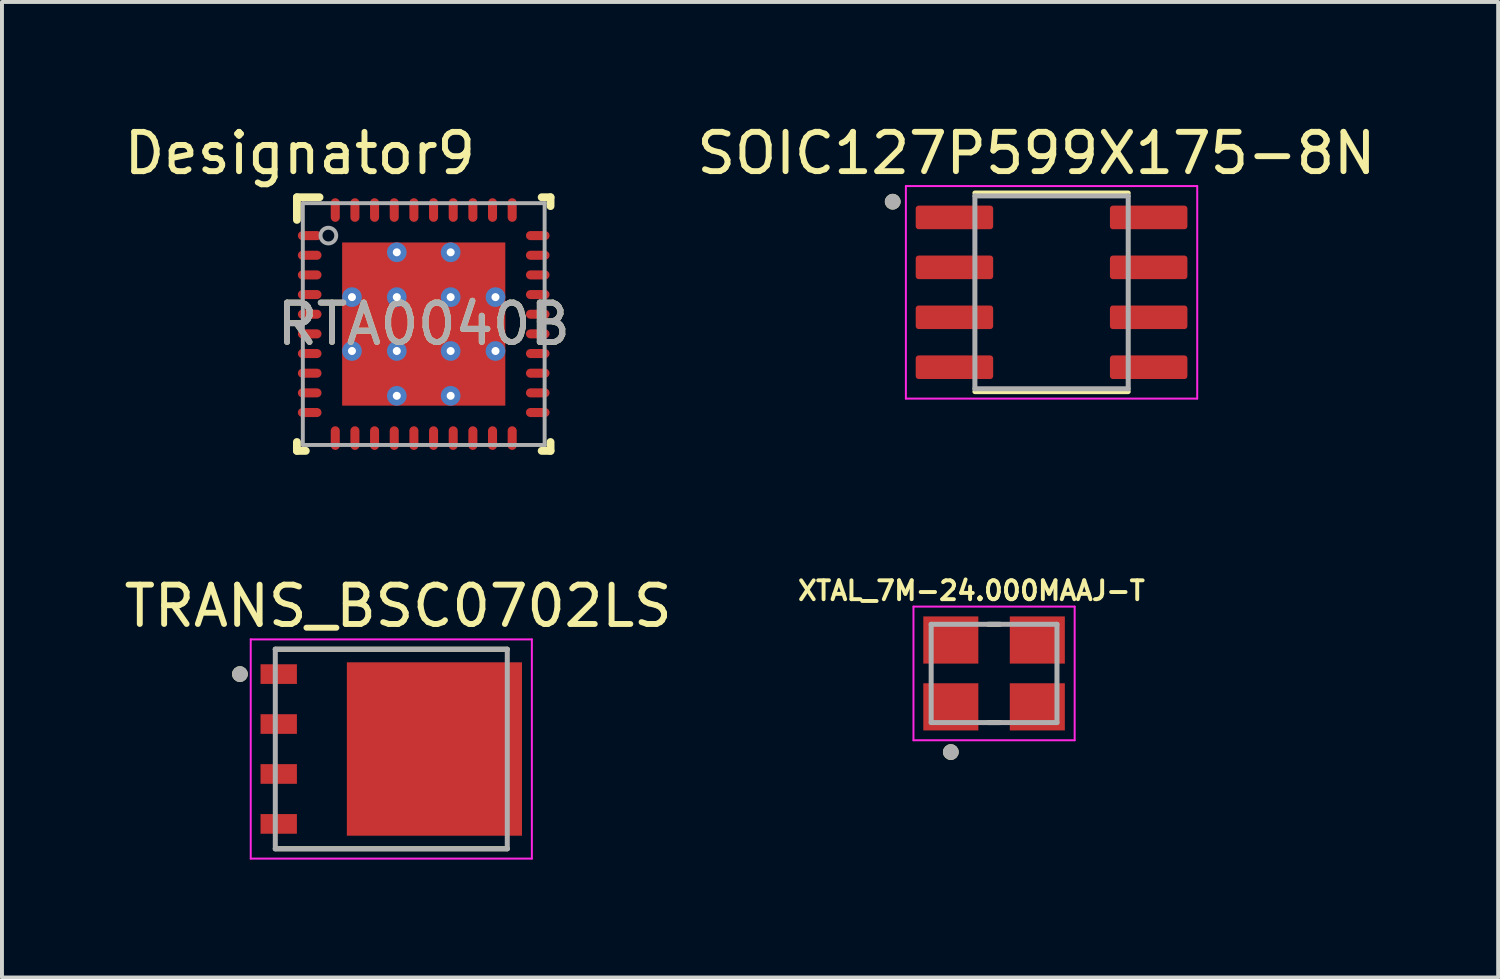
<source format=kicad_pcb>
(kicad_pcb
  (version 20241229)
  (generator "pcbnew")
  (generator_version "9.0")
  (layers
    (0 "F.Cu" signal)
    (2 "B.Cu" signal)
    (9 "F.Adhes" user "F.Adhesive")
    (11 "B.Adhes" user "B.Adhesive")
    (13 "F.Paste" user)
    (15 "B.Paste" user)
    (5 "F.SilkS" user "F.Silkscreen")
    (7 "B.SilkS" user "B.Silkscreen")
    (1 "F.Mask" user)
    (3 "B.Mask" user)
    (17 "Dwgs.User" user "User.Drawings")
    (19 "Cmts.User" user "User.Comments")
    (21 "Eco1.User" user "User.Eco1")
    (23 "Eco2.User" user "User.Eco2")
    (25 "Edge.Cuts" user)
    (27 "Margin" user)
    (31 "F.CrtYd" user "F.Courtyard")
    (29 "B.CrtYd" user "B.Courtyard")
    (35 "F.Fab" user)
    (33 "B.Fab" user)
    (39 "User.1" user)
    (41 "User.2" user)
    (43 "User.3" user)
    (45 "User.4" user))
  (footprint "XTAL_7M-24.000MAAJ-T"
    (layer "F.Cu")
    (at 22.233 14.078)
    (property "Reference" "XTAL_7M-24.000MAAJ-T" (at -0.576 -2.105 0) (layer "F.SilkS") (effects (font (size 0.48 0.48) (thickness 0.1))))
    (attr smd)
    (fp_line (start -0.15 -1.25) (end 0.15 -1.25) (stroke (width 0.127) (type solid)) (layer "F.SilkS"))
    (fp_line (start -0.15 1.25) (end 0.15 1.25) (stroke (width 0.127) (type solid)) (layer "F.SilkS"))
    (fp_circle (center -1.1 2) (end -1 2) (stroke (width 0.2) (type solid)) (fill no) (layer "F.SilkS"))
    (fp_line (start -2.05 -1.7) (end 2.05 -1.7) (stroke (width 0.05) (type solid)) (layer "F.CrtYd"))
    (fp_line (start -2.05 1.7) (end -2.05 -1.7) (stroke (width 0.05) (type solid)) (layer "F.CrtYd"))
    (fp_line (start 2.05 -1.7) (end 2.05 1.7) (stroke (width 0.05) (type solid)) (layer "F.CrtYd"))
    (fp_line (start 2.05 1.7) (end -2.05 1.7) (stroke (width 0.05) (type solid)) (layer "F.CrtYd"))
    (fp_line (start -1.6 -1.25) (end 1.6 -1.25) (stroke (width 0.127) (type solid)) (layer "F.Fab"))
    (fp_line (start -1.6 1.25) (end -1.6 -1.25) (stroke (width 0.127) (type solid)) (layer "F.Fab"))
    (fp_line (start 1.6 -1.25) (end 1.6 1.25) (stroke (width 0.127) (type solid)) (layer "F.Fab"))
    (fp_line (start 1.6 1.25) (end -1.6 1.25) (stroke (width 0.127) (type solid)) (layer "F.Fab"))
    (fp_circle (center -1.1 2) (end -1 2) (stroke (width 0.2) (type solid)) (fill no) (layer "F.Fab"))
    (pad "1" smd rect (at -1.1 0.85) (size 1.4 1.2) (layers "F.Cu" "F.Mask" "F.Paste"))
    (pad "2" smd rect (at 1.1 0.85) (size 1.4 1.2) (layers "F.Cu" "F.Mask" "F.Paste"))
    (pad "3" smd rect (at 1.1 -0.85) (size 1.4 1.2) (layers "F.Cu" "F.Mask" "F.Paste"))
    (pad "4" smd rect (at -1.1 -0.85) (size 1.4 1.2) (layers "F.Cu" "F.Mask" "F.Paste")))
  (footprint "TRANS_BSC0702LS"
    (layer "F.Cu")
    (at 6.902 16)
    (property "Reference" "TRANS_BSC0702LS" (at 0.175 -3.635 0) (layer "F.SilkS") (effects (font (size 1 1) (thickness 0.15))))
    (attr smd)
    (fp_poly (pts (xy -3.325 -2.155) (xy -2.401 -2.155) (xy -2.401 -1.655) (xy -3.325 -1.655)) (stroke (width 0.01) (type solid)) (fill yes) (layer "F.Mask"))
    (fp_poly (pts (xy -3.325 -0.885) (xy -2.401 -0.885) (xy -2.401 -0.385) (xy -3.325 -0.385)) (stroke (width 0.01) (type solid)) (fill yes) (layer "F.Mask"))
    (fp_poly (pts (xy -3.325 0.385) (xy -2.401 0.385) (xy -2.401 0.885) (xy -3.325 0.885)) (stroke (width 0.01) (type solid)) (fill yes) (layer "F.Mask"))
    (fp_poly (pts (xy -3.325 1.655) (xy -2.401 1.655) (xy -2.401 2.155) (xy -3.325 2.155)) (stroke (width 0.01) (type solid)) (fill yes) (layer "F.Mask"))
    (fp_poly (pts (xy 3.325 2.205) (xy -1.13 2.205) (xy -1.13 -2.205) (xy 3.325 -2.205) (xy 3.325 -1.605) (xy 2.525 -1.605) (xy 2.525 -0.935) (xy 3.325 -0.935) (xy 3.325 -0.335) (xy 2.525 -0.335) (xy 2.525 0.335) (xy 3.325 0.335) (xy 3.325 0.935) (xy 2.525 0.935) (xy 2.525 1.605) (xy 3.325 1.605)) (stroke (width 0.01) (type solid)) (fill yes) (layer "F.Mask"))
    (fp_line (start -2.95 -2.538) (end 2.95 -2.538) (stroke (width 0.127) (type solid)) (layer "F.SilkS"))
    (fp_line (start 2.95 2.538) (end -2.95 2.538) (stroke (width 0.127) (type solid)) (layer "F.SilkS"))
    (fp_circle (center -3.85 -1.905) (end -3.75 -1.905) (stroke (width 0.2) (type solid)) (fill no) (layer "F.SilkS"))
    (fp_poly (pts (xy -3.276 -2.105) (xy -2.45 -2.105) (xy -2.45 -1.705) (xy -3.276 -1.705)) (stroke (width 0.01) (type solid)) (fill yes) (layer "F.Paste"))
    (fp_poly (pts (xy -3.276 -0.835) (xy -2.45 -0.835) (xy -2.45 -0.435) (xy -3.276 -0.435)) (stroke (width 0.01) (type solid)) (fill yes) (layer "F.Paste"))
    (fp_poly (pts (xy -3.276 0.435) (xy -2.45 0.435) (xy -2.45 0.835) (xy -3.276 0.835)) (stroke (width 0.01) (type solid)) (fill yes) (layer "F.Paste"))
    (fp_poly (pts (xy -3.276 1.705) (xy -2.45 1.705) (xy -2.45 2.105) (xy -3.276 2.105)) (stroke (width 0.01) (type solid)) (fill yes) (layer "F.Paste"))
    (fp_poly (pts (xy -0.875 -1.6) (xy 0.625 -1.6) (xy 0.625 -0.1) (xy -0.875 -0.1)) (stroke (width 0.01) (type solid)) (fill yes) (layer "F.Paste"))
    (fp_poly (pts (xy -0.875 0.1) (xy 0.625 0.1) (xy 0.625 1.6) (xy -0.875 1.6)) (stroke (width 0.01) (type solid)) (fill yes) (layer "F.Paste"))
    (fp_poly (pts (xy 0.825 -1.6) (xy 2.325 -1.6) (xy 2.325 -0.1) (xy 0.825 -0.1)) (stroke (width 0.01) (type solid)) (fill yes) (layer "F.Paste"))
    (fp_poly (pts (xy 0.825 0.1) (xy 2.325 0.1) (xy 2.325 1.6) (xy 0.825 1.6)) (stroke (width 0.01) (type solid)) (fill yes) (layer "F.Paste"))
    (fp_poly (pts (xy 2.525 -2.155) (xy 3.275 -2.155) (xy 3.275 -1.655) (xy 2.525 -1.655)) (stroke (width 0.01) (type solid)) (fill yes) (layer "F.Paste"))
    (fp_poly (pts (xy 2.525 -0.885) (xy 3.275 -0.885) (xy 3.275 -0.385) (xy 2.525 -0.385)) (stroke (width 0.01) (type solid)) (fill yes) (layer "F.Paste"))
    (fp_poly (pts (xy 2.525 0.385) (xy 3.275 0.385) (xy 3.275 0.885) (xy 2.525 0.885)) (stroke (width 0.01) (type solid)) (fill yes) (layer "F.Paste"))
    (fp_poly (pts (xy 2.525 1.655) (xy 3.275 1.655) (xy 3.275 2.155) (xy 2.525 2.155)) (stroke (width 0.01) (type solid)) (fill yes) (layer "F.Paste"))
    (fp_line (start -3.575 -2.788) (end 3.575 -2.788) (stroke (width 0.05) (type solid)) (layer "F.CrtYd"))
    (fp_line (start -3.575 2.788) (end -3.575 -2.788) (stroke (width 0.05) (type solid)) (layer "F.CrtYd"))
    (fp_line (start 3.575 -2.788) (end 3.575 2.788) (stroke (width 0.05) (type solid)) (layer "F.CrtYd"))
    (fp_line (start 3.575 2.788) (end -3.575 2.788) (stroke (width 0.05) (type solid)) (layer "F.CrtYd"))
    (fp_line (start -2.95 -2.538) (end 2.95 -2.538) (stroke (width 0.127) (type solid)) (layer "F.Fab"))
    (fp_line (start -2.95 2.538) (end -2.95 -2.538) (stroke (width 0.127) (type solid)) (layer "F.Fab"))
    (fp_line (start 2.95 -2.538) (end 2.95 2.538) (stroke (width 0.127) (type solid)) (layer "F.Fab"))
    (fp_line (start 2.95 2.538) (end -2.95 2.538) (stroke (width 0.127) (type solid)) (layer "F.Fab"))
    (fp_circle (center -3.85 -1.905) (end -3.75 -1.905) (stroke (width 0.2) (type solid)) (fill no) (layer "F.Fab"))
    (pad "1" smd rect (at -2.863 -1.905) (size 0.925 0.5) (layers "F.Cu"))
    (pad "2" smd rect (at -2.863 -0.635) (size 0.925 0.5) (layers "F.Cu"))
    (pad "3" smd rect (at -2.863 0.635) (size 0.925 0.5) (layers "F.Cu"))
    (pad "4" smd rect (at -2.863 1.905) (size 0.925 0.5) (layers "F.Cu"))
    (pad "5_6_7_8" smd rect (at 1.097 0) (size 4.455 4.41) (layers "F.Cu")))
  (footprint "RTA0040B"
    (layer "F.Cu")
    (at 7.727 5.192)
    (property "Reference" "RTA0040B" (at 0 0 0) (unlocked yes) (layer "F.SilkS") (effects (font (size 1 1) (thickness 0.15))))
    (attr smd)
    (fp_line (start -3.225 -3.225) (end -2.65 -3.225) (stroke (width 0.2) (type solid)) (layer "F.SilkS"))
    (fp_line (start -3.225 -2.65) (end -3.225 -3.225) (stroke (width 0.2) (type solid)) (layer "F.SilkS"))
    (fp_line (start -3.225 3.225) (end -3.225 3) (stroke (width 0.2) (type solid)) (layer "F.SilkS"))
    (fp_line (start -3.225 3.225) (end -3 3.225) (stroke (width 0.2) (type solid)) (layer "F.SilkS"))
    (fp_line (start 3 -3.225) (end 3.225 -3.225) (stroke (width 0.2) (type solid)) (layer "F.SilkS"))
    (fp_line (start 3 3.225) (end 3.225 3.225) (stroke (width 0.2) (type solid)) (layer "F.SilkS"))
    (fp_line (start 3.225 -3) (end 3.225 -3.225) (stroke (width 0.2) (type solid)) (layer "F.SilkS"))
    (fp_line (start 3.225 3.225) (end 3.225 3) (stroke (width 0.2) (type solid)) (layer "F.SilkS"))
    (fp_poly (pts (xy -1.955 -0.785) (xy -0.785 -0.785) (xy -0.785 -1.955) (xy -1.955 -1.955)) (stroke (width 0) (type solid)) (fill yes) (layer "F.Paste"))
    (fp_poly (pts (xy -1.955 0.585) (xy -0.785 0.585) (xy -0.785 -0.585) (xy -1.955 -0.585)) (stroke (width 0) (type solid)) (fill yes) (layer "F.Paste"))
    (fp_poly (pts (xy -1.955 1.955) (xy -0.785 1.955) (xy -0.785 0.785) (xy -1.955 0.785)) (stroke (width 0) (type solid)) (fill yes) (layer "F.Paste"))
    (fp_poly (pts (xy -0.585 -0.785) (xy 0.585 -0.785) (xy 0.585 -1.955) (xy -0.585 -1.955)) (stroke (width 0) (type solid)) (fill yes) (layer "F.Paste"))
    (fp_poly (pts (xy -0.585 0.585) (xy 0.585 0.585) (xy 0.585 -0.585) (xy -0.585 -0.585)) (stroke (width 0) (type solid)) (fill yes) (layer "F.Paste"))
    (fp_poly (pts (xy -0.585 1.955) (xy 0.585 1.955) (xy 0.585 0.785) (xy -0.585 0.785)) (stroke (width 0) (type solid)) (fill yes) (layer "F.Paste"))
    (fp_poly (pts (xy 0.785 -0.785) (xy 1.955 -0.785) (xy 1.955 -1.955) (xy 0.785 -1.955)) (stroke (width 0) (type solid)) (fill yes) (layer "F.Paste"))
    (fp_poly (pts (xy 0.785 0.585) (xy 1.955 0.585) (xy 1.955 -0.585) (xy 0.785 -0.585)) (stroke (width 0) (type solid)) (fill yes) (layer "F.Paste"))
    (fp_poly (pts (xy 0.785 1.955) (xy 1.955 1.955) (xy 1.955 0.785) (xy 0.785 0.785)) (stroke (width 0) (type solid)) (fill yes) (layer "F.Paste"))
    (fp_line (start -3.075 -3.075) (end 3.075 -3.075) (stroke (width 0.1) (type solid)) (layer "F.Fab"))
    (fp_line (start -3.075 3.075) (end -3.075 -3.075) (stroke (width 0.1) (type solid)) (layer "F.Fab"))
    (fp_line (start -3.075 3.075) (end 3.075 3.075) (stroke (width 0.1) (type solid)) (layer "F.Fab"))
    (fp_line (start 3.075 3.075) (end 3.075 -3.075) (stroke (width 0.1) (type solid)) (layer "F.Fab"))
    (fp_circle (center -2.425 -2.25) (end -2.225 -2.25) (stroke (width 0.1) (type solid)) (fill no) (layer "F.Fab"))
    (fp_text user "Designator9" (at -3.15 -4.343 0) (unlocked yes) (layer "F.SilkS") (effects (font (size 1 1) (thickness 0.15))))
    (fp_text user "${REFERENCE}" (at 0 0 0) (unlocked yes) (layer "F.Fab") (effects (font (size 1 1) (thickness 0.15))))
    (pad "1" smd oval (at -2.9 -2.25 90) (size 0.23 0.6) (layers "F.Cu" "F.Mask" "F.Paste"))
    (pad "2" smd oval (at -2.9 -1.75 90) (size 0.23 0.6) (layers "F.Cu" "F.Mask" "F.Paste"))
    (pad "3" smd oval (at -2.9 -1.25 90) (size 0.23 0.6) (layers "F.Cu" "F.Mask" "F.Paste"))
    (pad "4" smd oval (at -2.9 -0.75 90) (size 0.23 0.6) (layers "F.Cu" "F.Mask" "F.Paste"))
    (pad "5" smd oval (at -2.9 -0.25 90) (size 0.23 0.6) (layers "F.Cu" "F.Mask" "F.Paste"))
    (pad "6" smd oval (at -2.9 0.25 90) (size 0.23 0.6) (layers "F.Cu" "F.Mask" "F.Paste"))
    (pad "7" smd oval (at -2.9 0.75 90) (size 0.23 0.6) (layers "F.Cu" "F.Mask" "F.Paste"))
    (pad "8" smd oval (at -2.9 1.25 90) (size 0.23 0.6) (layers "F.Cu" "F.Mask" "F.Paste"))
    (pad "9" smd oval (at -2.9 1.75 90) (size 0.23 0.6) (layers "F.Cu" "F.Mask" "F.Paste"))
    (pad "10" smd oval (at -2.9 2.25 90) (size 0.23 0.6) (layers "F.Cu" "F.Mask" "F.Paste"))
    (pad "11" smd oval (at -2.25 2.9) (size 0.23 0.6) (layers "F.Cu" "F.Mask" "F.Paste"))
    (pad "12" smd oval (at -1.75 2.9) (size 0.23 0.6) (layers "F.Cu" "F.Mask" "F.Paste"))
    (pad "13" smd oval (at -1.25 2.9) (size 0.23 0.6) (layers "F.Cu" "F.Mask" "F.Paste"))
    (pad "14" smd oval (at -0.75 2.9) (size 0.23 0.6) (layers "F.Cu" "F.Mask" "F.Paste"))
    (pad "15" smd oval (at -0.25 2.9) (size 0.23 0.6) (layers "F.Cu" "F.Mask" "F.Paste"))
    (pad "16" smd oval (at 0.25 2.9) (size 0.23 0.6) (layers "F.Cu" "F.Mask" "F.Paste"))
    (pad "17" smd oval (at 0.75 2.9) (size 0.23 0.6) (layers "F.Cu" "F.Mask" "F.Paste"))
    (pad "18" smd oval (at 1.25 2.9) (size 0.23 0.6) (layers "F.Cu" "F.Mask" "F.Paste"))
    (pad "19" smd oval (at 1.75 2.9) (size 0.23 0.6) (layers "F.Cu" "F.Mask" "F.Paste"))
    (pad "20" smd oval (at 2.25 2.9) (size 0.23 0.6) (layers "F.Cu" "F.Mask" "F.Paste"))
    (pad "21" smd oval (at 2.9 2.25 90) (size 0.23 0.6) (layers "F.Cu" "F.Mask" "F.Paste"))
    (pad "22" smd oval (at 2.9 1.75 90) (size 0.23 0.6) (layers "F.Cu" "F.Mask" "F.Paste"))
    (pad "23" smd oval (at 2.9 1.25 90) (size 0.23 0.6) (layers "F.Cu" "F.Mask" "F.Paste"))
    (pad "24" smd oval (at 2.9 0.75 90) (size 0.23 0.6) (layers "F.Cu" "F.Mask" "F.Paste"))
    (pad "25" smd oval (at 2.9 0.25 90) (size 0.23 0.6) (layers "F.Cu" "F.Mask" "F.Paste"))
    (pad "26" smd oval (at 2.9 -0.25 90) (size 0.23 0.6) (layers "F.Cu" "F.Mask" "F.Paste"))
    (pad "27" smd oval (at 2.9 -0.75 90) (size 0.23 0.6) (layers "F.Cu" "F.Mask" "F.Paste"))
    (pad "28" smd oval (at 2.9 -1.25 90) (size 0.23 0.6) (layers "F.Cu" "F.Mask" "F.Paste"))
    (pad "29" smd oval (at 2.9 -1.75 90) (size 0.23 0.6) (layers "F.Cu" "F.Mask" "F.Paste"))
    (pad "30" smd oval (at 2.9 -2.25 90) (size 0.23 0.6) (layers "F.Cu" "F.Mask" "F.Paste"))
    (pad "31" smd oval (at 2.25 -2.9) (size 0.23 0.6) (layers "F.Cu" "F.Mask" "F.Paste"))
    (pad "32" smd oval (at 1.75 -2.9) (size 0.23 0.6) (layers "F.Cu" "F.Mask" "F.Paste"))
    (pad "33" smd oval (at 1.25 -2.9) (size 0.23 0.6) (layers "F.Cu" "F.Mask" "F.Paste"))
    (pad "34" smd oval (at 0.75 -2.9) (size 0.23 0.6) (layers "F.Cu" "F.Mask" "F.Paste"))
    (pad "35" smd oval (at 0.25 -2.9) (size 0.23 0.6) (layers "F.Cu" "F.Mask" "F.Paste"))
    (pad "36" smd oval (at -0.25 -2.9) (size 0.23 0.6) (layers "F.Cu" "F.Mask" "F.Paste"))
    (pad "37" smd oval (at -0.75 -2.9) (size 0.23 0.6) (layers "F.Cu" "F.Mask" "F.Paste"))
    (pad "38" smd oval (at -1.25 -2.9) (size 0.23 0.6) (layers "F.Cu" "F.Mask" "F.Paste"))
    (pad "39" smd oval (at -1.75 -2.9) (size 0.23 0.6) (layers "F.Cu" "F.Mask" "F.Paste"))
    (pad "40" smd oval (at -2.25 -2.9) (size 0.23 0.6) (layers "F.Cu" "F.Mask" "F.Paste"))
    (pad "41" smd rect (at 0 0) (size 4.15 4.15) (layers "F.Cu" "F.Mask"))
    (pad "V" thru_hole circle (at -1.825 -0.685) (size 0.5 0.5) (drill 0.203) (layers "*.Cu" "*.Mask"))
    (pad "V" thru_hole circle (at -1.825 0.685) (size 0.5 0.5) (drill 0.203) (layers "*.Cu" "*.Mask"))
    (pad "V" thru_hole circle (at -0.685 -1.825) (size 0.5 0.5) (drill 0.203) (layers "*.Cu" "*.Mask"))
    (pad "V" thru_hole circle (at -0.685 -0.685) (size 0.5 0.5) (drill 0.203) (layers "*.Cu" "*.Mask"))
    (pad "V" thru_hole circle (at -0.685 0.685) (size 0.5 0.5) (drill 0.203) (layers "*.Cu" "*.Mask"))
    (pad "V" thru_hole circle (at -0.685 1.825) (size 0.5 0.5) (drill 0.203) (layers "*.Cu" "*.Mask"))
    (pad "V" thru_hole circle (at 0.685 -1.825) (size 0.5 0.5) (drill 0.203) (layers "*.Cu" "*.Mask"))
    (pad "V" thru_hole circle (at 0.685 -0.685) (size 0.5 0.5) (drill 0.203) (layers "*.Cu" "*.Mask"))
    (pad "V" thru_hole circle (at 0.685 0.685) (size 0.5 0.5) (drill 0.203) (layers "*.Cu" "*.Mask"))
    (pad "V" thru_hole circle (at 0.685 1.825) (size 0.5 0.5) (drill 0.203) (layers "*.Cu" "*.Mask"))
    (pad "V" thru_hole circle (at 1.825 -0.685) (size 0.5 0.5) (drill 0.203) (layers "*.Cu" "*.Mask"))
    (pad "V" thru_hole circle (at 1.825 0.685) (size 0.5 0.5) (drill 0.203) (layers "*.Cu" "*.Mask")))
  (footprint "SOIC127P599X175-8N"
    (layer "F.Cu")
    (at 23.695 4.385)
    (property "Reference" "SOIC127P599X175-8N" (at -0.385 -3.537 0) (layer "F.SilkS") (effects (font (size 1 1) (thickness 0.15))))
    (attr smd)
    (fp_line (start -1.95 -2.525) (end 1.95 -2.525) (stroke (width 0.127) (type solid)) (layer "F.SilkS"))
    (fp_line (start -1.95 2.525) (end 1.95 2.525) (stroke (width 0.127) (type solid)) (layer "F.SilkS"))
    (fp_circle (center -4.04 -2.305) (end -3.94 -2.305) (stroke (width 0.2) (type solid)) (fill no) (layer "F.SilkS"))
    (fp_line (start -3.705 -2.703) (end -3.705 2.703) (stroke (width 0.05) (type solid)) (layer "F.CrtYd"))
    (fp_line (start -3.705 -2.703) (end 3.705 -2.703) (stroke (width 0.05) (type solid)) (layer "F.CrtYd"))
    (fp_line (start -3.705 2.703) (end 3.705 2.703) (stroke (width 0.05) (type solid)) (layer "F.CrtYd"))
    (fp_line (start 3.705 -2.703) (end 3.705 2.703) (stroke (width 0.05) (type solid)) (layer "F.CrtYd"))
    (fp_line (start -1.95 -2.453) (end -1.95 2.453) (stroke (width 0.127) (type solid)) (layer "F.Fab"))
    (fp_line (start -1.95 -2.453) (end 1.95 -2.453) (stroke (width 0.127) (type solid)) (layer "F.Fab"))
    (fp_line (start -1.95 2.453) (end 1.95 2.453) (stroke (width 0.127) (type solid)) (layer "F.Fab"))
    (fp_line (start 1.95 -2.453) (end 1.95 2.453) (stroke (width 0.127) (type solid)) (layer "F.Fab"))
    (fp_circle (center -4.04 -2.305) (end -3.94 -2.305) (stroke (width 0.2) (type solid)) (fill no) (layer "F.Fab"))
    (pad "1" smd roundrect (at -2.47 -1.905) (size 1.97 0.6) (layers "F.Cu" "F.Mask" "F.Paste") (roundrect_rratio 0.125))
    (pad "2" smd roundrect (at -2.47 -0.635) (size 1.97 0.6) (layers "F.Cu" "F.Mask" "F.Paste") (roundrect_rratio 0.125))
    (pad "3" smd roundrect (at -2.47 0.635) (size 1.97 0.6) (layers "F.Cu" "F.Mask" "F.Paste") (roundrect_rratio 0.125))
    (pad "4" smd roundrect (at -2.47 1.905) (size 1.97 0.6) (layers "F.Cu" "F.Mask" "F.Paste") (roundrect_rratio 0.125))
    (pad "5" smd roundrect (at 2.47 1.905) (size 1.97 0.6) (layers "F.Cu" "F.Mask" "F.Paste") (roundrect_rratio 0.125))
    (pad "6" smd roundrect (at 2.47 0.635) (size 1.97 0.6) (layers "F.Cu" "F.Mask" "F.Paste") (roundrect_rratio 0.125))
    (pad "7" smd roundrect (at 2.47 -0.635) (size 1.97 0.6) (layers "F.Cu" "F.Mask" "F.Paste") (roundrect_rratio 0.125))
    (pad "8" smd roundrect (at 2.47 -1.905) (size 1.97 0.6) (layers "F.Cu" "F.Mask" "F.Paste") (roundrect_rratio 0.125)))
  (gr_rect
    (start -3 -3)
    (end 35.054 21.812)
    (stroke (width 0.1) (type default))
    (fill no)
    (layer "Edge.Cuts")))
</source>
